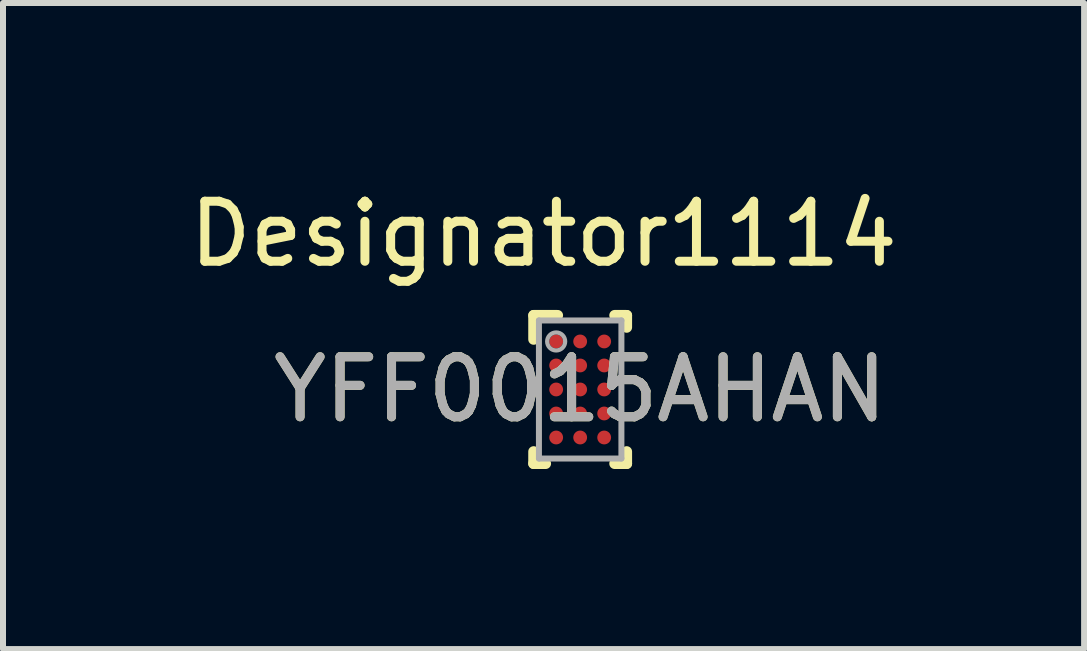
<source format=kicad_pcb>
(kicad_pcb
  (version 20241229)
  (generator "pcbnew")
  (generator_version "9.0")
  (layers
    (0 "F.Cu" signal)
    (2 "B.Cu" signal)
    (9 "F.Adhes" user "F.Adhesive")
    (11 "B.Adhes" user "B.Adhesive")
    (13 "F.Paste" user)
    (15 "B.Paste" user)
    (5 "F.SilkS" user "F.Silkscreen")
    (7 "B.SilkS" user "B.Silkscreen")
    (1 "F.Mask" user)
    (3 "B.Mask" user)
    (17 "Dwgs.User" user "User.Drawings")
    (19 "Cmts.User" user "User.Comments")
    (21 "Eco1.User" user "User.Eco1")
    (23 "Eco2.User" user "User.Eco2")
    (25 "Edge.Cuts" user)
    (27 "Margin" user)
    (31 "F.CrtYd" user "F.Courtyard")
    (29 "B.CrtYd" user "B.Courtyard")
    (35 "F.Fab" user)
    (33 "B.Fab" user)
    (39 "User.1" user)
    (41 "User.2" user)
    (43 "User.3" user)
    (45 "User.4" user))
  (footprint "YFF0015AHAN"
    (layer "F.Cu")
    (at 6.616 3.439)
    (property "Reference" "YFF0015AHAN" (at 0 0 0) (unlocked yes) (layer "F.SilkS") (effects (font (size 1 1) (thickness 0.15))))
    (attr smd)
    (fp_line (start -0.775 -1.235) (end -0.375 -1.235) (stroke (width 0.18) (type solid)) (layer "F.SilkS"))
    (fp_line (start -0.775 -0.835) (end -0.775 -1.235) (stroke (width 0.18) (type solid)) (layer "F.SilkS"))
    (fp_line (start -0.775 1.235) (end -0.775 1.035) (stroke (width 0.18) (type solid)) (layer "F.SilkS"))
    (fp_line (start -0.775 1.235) (end -0.575 1.235) (stroke (width 0.18) (type solid)) (layer "F.SilkS"))
    (fp_line (start 0.575 -1.235) (end 0.775 -1.235) (stroke (width 0.18) (type solid)) (layer "F.SilkS"))
    (fp_line (start 0.575 1.235) (end 0.775 1.235) (stroke (width 0.18) (type solid)) (layer "F.SilkS"))
    (fp_line (start 0.775 -1.035) (end 0.775 -1.235) (stroke (width 0.18) (type solid)) (layer "F.SilkS"))
    (fp_line (start 0.775 1.235) (end 0.775 1.035) (stroke (width 0.18) (type solid)) (layer "F.SilkS"))
    (fp_poly (pts (xy -0.525 -0.725) (xy -0.525 -0.875) (xy -0.475 -0.925) (xy -0.325 -0.925) (xy -0.275 -0.875) (xy -0.275 -0.725) (xy -0.325 -0.675) (xy -0.475 -0.675)) (stroke (width 0) (type solid)) (fill yes) (layer "F.Paste"))
    (fp_poly (pts (xy -0.525 -0.325) (xy -0.525 -0.475) (xy -0.475 -0.525) (xy -0.325 -0.525) (xy -0.275 -0.475) (xy -0.275 -0.325) (xy -0.325 -0.275) (xy -0.475 -0.275)) (stroke (width 0) (type solid)) (fill yes) (layer "F.Paste"))
    (fp_poly (pts (xy -0.525 0.075) (xy -0.525 -0.075) (xy -0.475 -0.125) (xy -0.325 -0.125) (xy -0.275 -0.075) (xy -0.275 0.075) (xy -0.325 0.125) (xy -0.475 0.125)) (stroke (width 0) (type solid)) (fill yes) (layer "F.Paste"))
    (fp_poly (pts (xy -0.525 0.475) (xy -0.525 0.325) (xy -0.475 0.275) (xy -0.325 0.275) (xy -0.275 0.325) (xy -0.275 0.475) (xy -0.325 0.525) (xy -0.475 0.525)) (stroke (width 0) (type solid)) (fill yes) (layer "F.Paste"))
    (fp_poly (pts (xy -0.525 0.875) (xy -0.525 0.725) (xy -0.475 0.675) (xy -0.325 0.675) (xy -0.275 0.725) (xy -0.275 0.875) (xy -0.325 0.925) (xy -0.475 0.925)) (stroke (width 0) (type solid)) (fill yes) (layer "F.Paste"))
    (fp_poly (pts (xy -0.125 -0.725) (xy -0.125 -0.875) (xy -0.075 -0.925) (xy 0.075 -0.925) (xy 0.125 -0.875) (xy 0.125 -0.725) (xy 0.075 -0.675) (xy -0.075 -0.675)) (stroke (width 0) (type solid)) (fill yes) (layer "F.Paste"))
    (fp_poly (pts (xy -0.125 -0.325) (xy -0.125 -0.475) (xy -0.075 -0.525) (xy 0.075 -0.525) (xy 0.125 -0.475) (xy 0.125 -0.325) (xy 0.075 -0.275) (xy -0.075 -0.275)) (stroke (width 0) (type solid)) (fill yes) (layer "F.Paste"))
    (fp_poly (pts (xy -0.125 0.075) (xy -0.125 -0.075) (xy -0.075 -0.125) (xy 0.075 -0.125) (xy 0.125 -0.075) (xy 0.125 0.075) (xy 0.075 0.125) (xy -0.075 0.125)) (stroke (width 0) (type solid)) (fill yes) (layer "F.Paste"))
    (fp_poly (pts (xy -0.125 0.475) (xy -0.125 0.325) (xy -0.075 0.275) (xy 0.075 0.275) (xy 0.125 0.325) (xy 0.125 0.475) (xy 0.075 0.525) (xy -0.075 0.525)) (stroke (width 0) (type solid)) (fill yes) (layer "F.Paste"))
    (fp_poly (pts (xy -0.125 0.875) (xy -0.125 0.725) (xy -0.075 0.675) (xy 0.075 0.675) (xy 0.125 0.725) (xy 0.125 0.875) (xy 0.075 0.925) (xy -0.075 0.925)) (stroke (width 0) (type solid)) (fill yes) (layer "F.Paste"))
    (fp_poly (pts (xy 0.275 -0.725) (xy 0.275 -0.875) (xy 0.325 -0.925) (xy 0.475 -0.925) (xy 0.525 -0.875) (xy 0.525 -0.725) (xy 0.475 -0.675) (xy 0.325 -0.675)) (stroke (width 0) (type solid)) (fill yes) (layer "F.Paste"))
    (fp_poly (pts (xy 0.275 -0.325) (xy 0.275 -0.475) (xy 0.325 -0.525) (xy 0.475 -0.525) (xy 0.525 -0.475) (xy 0.525 -0.325) (xy 0.475 -0.275) (xy 0.325 -0.275)) (stroke (width 0) (type solid)) (fill yes) (layer "F.Paste"))
    (fp_poly (pts (xy 0.275 0.075) (xy 0.275 -0.075) (xy 0.325 -0.125) (xy 0.475 -0.125) (xy 0.525 -0.075) (xy 0.525 0.075) (xy 0.475 0.125) (xy 0.325 0.125)) (stroke (width 0) (type solid)) (fill yes) (layer "F.Paste"))
    (fp_poly (pts (xy 0.275 0.475) (xy 0.275 0.325) (xy 0.325 0.275) (xy 0.475 0.275) (xy 0.525 0.325) (xy 0.525 0.475) (xy 0.475 0.525) (xy 0.325 0.525)) (stroke (width 0) (type solid)) (fill yes) (layer "F.Paste"))
    (fp_poly (pts (xy 0.275 0.875) (xy 0.275 0.725) (xy 0.325 0.675) (xy 0.475 0.675) (xy 0.525 0.725) (xy 0.525 0.875) (xy 0.475 0.925) (xy 0.325 0.925)) (stroke (width 0) (type solid)) (fill yes) (layer "F.Paste"))
    (fp_line (start -0.687 -1.15) (end 0.687 -1.15) (stroke (width 0.1) (type solid)) (layer "F.Fab"))
    (fp_line (start -0.687 1.15) (end -0.687 -1.15) (stroke (width 0.1) (type solid)) (layer "F.Fab"))
    (fp_line (start -0.687 1.15) (end 0.687 1.15) (stroke (width 0.1) (type solid)) (layer "F.Fab"))
    (fp_line (start 0.687 1.15) (end 0.687 -1.15) (stroke (width 0.1) (type solid)) (layer "F.Fab"))
    (fp_circle (center -0.4 -0.8) (end -0.25 -0.8) (stroke (width 0.07) (type solid)) (fill no) (layer "F.Fab"))
    (fp_text user "Designator1114" (at -0.61 -2.591 0) (unlocked yes) (layer "F.SilkS") (effects (font (size 1 1) (thickness 0.15))))
    (fp_text user "${REFERENCE}" (at 0 0 0) (unlocked yes) (layer "F.Fab") (effects (font (size 1 1) (thickness 0.15))))
    (pad "1" smd circle (at -0.4 -0.8) (size 0.23 0.23) (layers "F.Cu" "F.Mask"))
    (pad "2" smd circle (at 0 -0.8) (size 0.23 0.23) (layers "F.Cu" "F.Mask"))
    (pad "3" smd circle (at 0.4 -0.8) (size 0.23 0.23) (layers "F.Cu" "F.Mask"))
    (pad "4" smd circle (at -0.4 -0.4) (size 0.23 0.23) (layers "F.Cu" "F.Mask"))
    (pad "5" smd circle (at 0 -0.4) (size 0.23 0.23) (layers "F.Cu" "F.Mask"))
    (pad "6" smd circle (at 0.4 -0.4) (size 0.23 0.23) (layers "F.Cu" "F.Mask"))
    (pad "7" smd circle (at -0.4 0) (size 0.23 0.23) (layers "F.Cu" "F.Mask"))
    (pad "8" smd circle (at 0 0) (size 0.23 0.23) (layers "F.Cu" "F.Mask"))
    (pad "9" smd circle (at 0.4 0) (size 0.23 0.23) (layers "F.Cu" "F.Mask"))
    (pad "10" smd circle (at -0.4 0.4) (size 0.23 0.23) (layers "F.Cu" "F.Mask"))
    (pad "11" smd circle (at 0 0.4) (size 0.23 0.23) (layers "F.Cu" "F.Mask"))
    (pad "12" smd circle (at 0.4 0.4) (size 0.23 0.23) (layers "F.Cu" "F.Mask"))
    (pad "13" smd circle (at -0.4 0.8) (size 0.23 0.23) (layers "F.Cu" "F.Mask"))
    (pad "14" smd circle (at 0 0.8) (size 0.23 0.23) (layers "F.Cu" "F.Mask"))
    (pad "15" smd circle (at 0.4 0.8) (size 0.23 0.23) (layers "F.Cu" "F.Mask")))
  (gr_rect
    (start -3 -3)
    (end 15.012 7.764)
    (stroke (width 0.1) (type default))
    (fill no)
    (layer "Edge.Cuts")))
</source>
